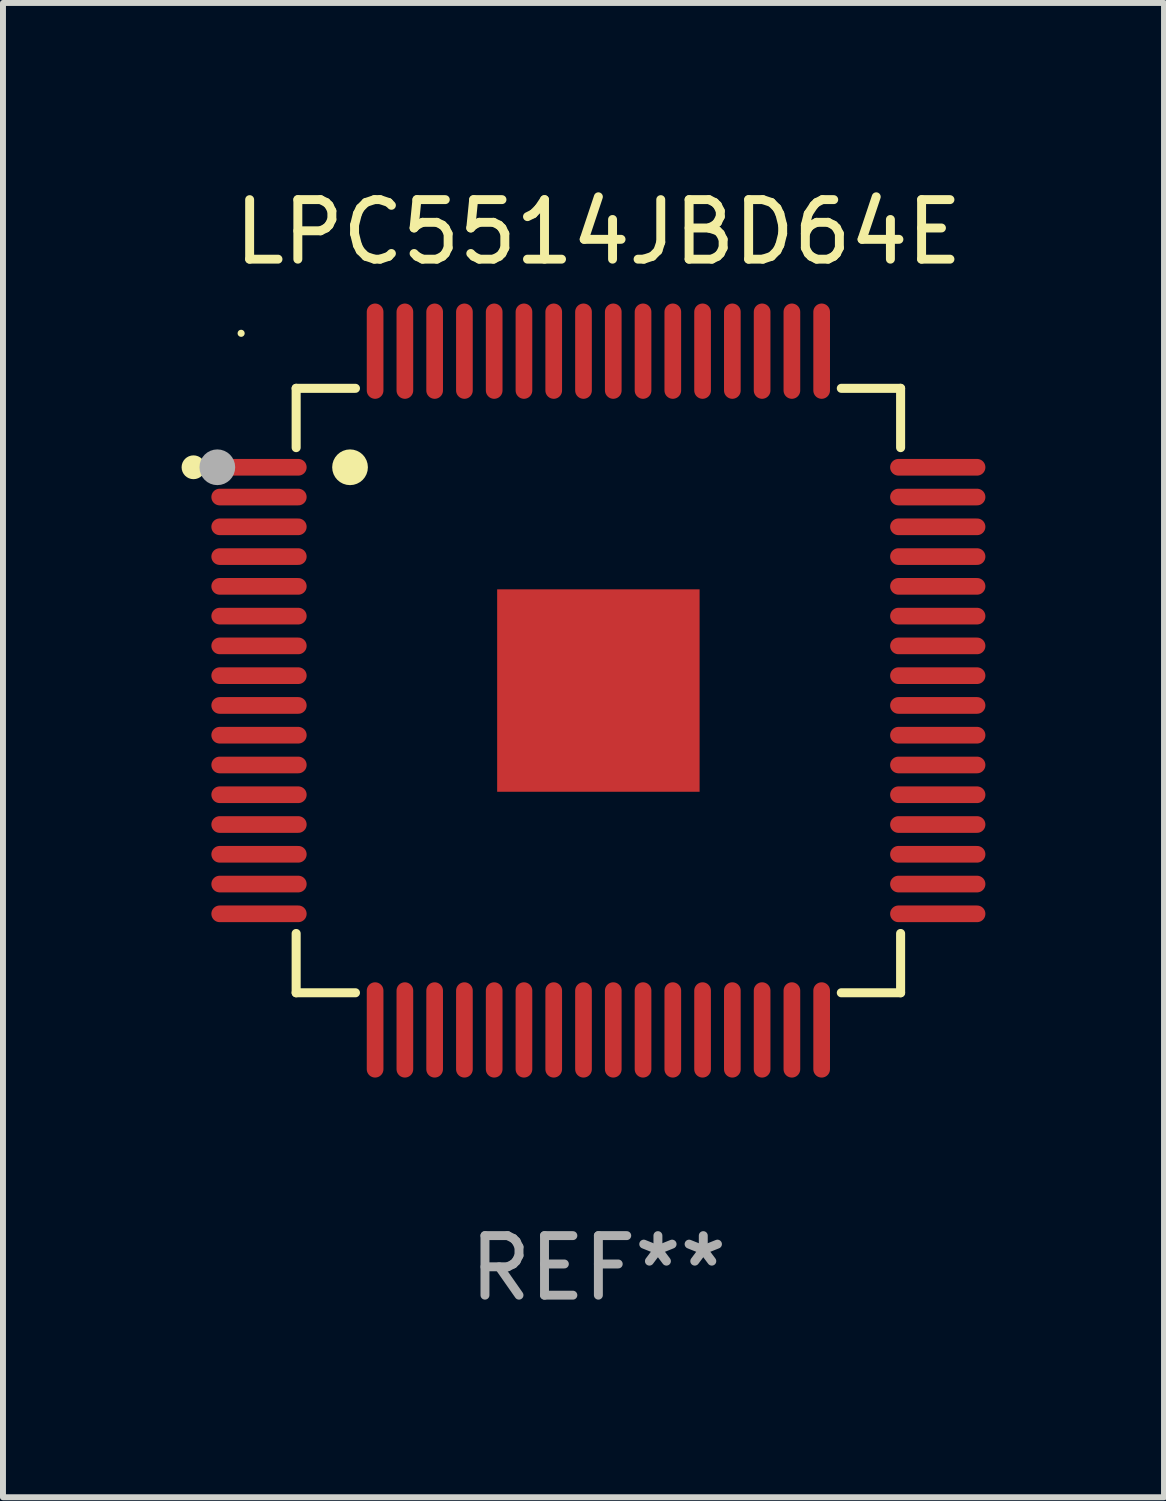
<source format=kicad_pcb>
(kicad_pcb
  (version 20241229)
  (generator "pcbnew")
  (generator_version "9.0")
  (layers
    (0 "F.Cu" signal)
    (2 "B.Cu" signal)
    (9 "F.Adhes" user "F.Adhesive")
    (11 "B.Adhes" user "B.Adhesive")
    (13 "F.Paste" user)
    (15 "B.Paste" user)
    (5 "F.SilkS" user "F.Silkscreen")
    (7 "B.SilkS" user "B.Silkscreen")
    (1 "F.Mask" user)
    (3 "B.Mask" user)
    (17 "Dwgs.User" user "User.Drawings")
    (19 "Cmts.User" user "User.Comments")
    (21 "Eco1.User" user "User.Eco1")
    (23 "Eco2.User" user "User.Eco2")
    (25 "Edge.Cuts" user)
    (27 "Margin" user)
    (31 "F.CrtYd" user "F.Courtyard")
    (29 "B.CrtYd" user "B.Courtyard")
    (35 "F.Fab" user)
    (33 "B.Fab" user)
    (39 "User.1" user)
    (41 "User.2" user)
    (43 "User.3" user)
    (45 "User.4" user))
  (footprint "LPC5514JBD64E"
    (layer "F.Cu")
    (at 7 8.548)
    (property "Reference" "LPC5514JBD64E" (at 0 -7.7 0) (layer "F.SilkS") (effects (font (size 1 1) (thickness 0.15))))
    (attr through_hole)
    (fp_line (start -5.076 -5.076) (end -5.076 -4.08) (stroke (width 0.152) (type solid)) (layer "F.SilkS"))
    (fp_line (start -5.076 5.076) (end -5.076 4.08) (stroke (width 0.152) (type solid)) (layer "F.SilkS"))
    (fp_line (start -4.08 -5.076) (end -5.076 -5.076) (stroke (width 0.152) (type solid)) (layer "F.SilkS"))
    (fp_line (start -4.08 5.076) (end -5.076 5.076) (stroke (width 0.152) (type solid)) (layer "F.SilkS"))
    (fp_line (start 4.08 -5.076) (end 5.076 -5.076) (stroke (width 0.152) (type solid)) (layer "F.SilkS"))
    (fp_line (start 4.08 5.076) (end 5.076 5.076) (stroke (width 0.152) (type solid)) (layer "F.SilkS"))
    (fp_line (start 5.076 -5.076) (end 5.076 -4.08) (stroke (width 0.152) (type solid)) (layer "F.SilkS"))
    (fp_line (start 5.076 5.076) (end 5.076 4.08) (stroke (width 0.152) (type solid)) (layer "F.SilkS"))
    (fp_circle (center -6.8 -3.75) (end -6.7 -3.75) (stroke (width 0.2) (type solid)) (fill no) (layer "F.SilkS"))
    (fp_circle (center -6 -6) (end -5.97 -6) (stroke (width 0.06) (type solid)) (fill no) (layer "F.SilkS"))
    (fp_circle (center -4.171 -3.75) (end -4.021 -3.75) (stroke (width 0.3) (type solid)) (fill no) (layer "F.SilkS"))
    (fp_circle (center -6.4 -3.75) (end -6.25 -3.75) (stroke (width 0.3) (type solid)) (fill no) (layer "F.Fab"))
    (fp_text user "REF**" (at 0 9.7 0) (layer "F.Fab") (effects (font (size 1 1) (thickness 0.15))))
    (pad "1" smd oval (at -5.7 -3.75 270) (size 0.28 1.6) (layers "F.Cu" "F.Mask" "F.Paste"))
    (pad "2" smd oval (at -5.7 -3.25 270) (size 0.28 1.6) (layers "F.Cu" "F.Mask" "F.Paste"))
    (pad "3" smd oval (at -5.7 -2.75 270) (size 0.28 1.6) (layers "F.Cu" "F.Mask" "F.Paste"))
    (pad "4" smd oval (at -5.7 -2.25 270) (size 0.28 1.6) (layers "F.Cu" "F.Mask" "F.Paste"))
    (pad "5" smd oval (at -5.7 -1.75 270) (size 0.28 1.6) (layers "F.Cu" "F.Mask" "F.Paste"))
    (pad "6" smd oval (at -5.7 -1.25 270) (size 0.28 1.6) (layers "F.Cu" "F.Mask" "F.Paste"))
    (pad "7" smd oval (at -5.7 -0.75 270) (size 0.28 1.6) (layers "F.Cu" "F.Mask" "F.Paste"))
    (pad "8" smd oval (at -5.7 -0.25 270) (size 0.28 1.6) (layers "F.Cu" "F.Mask" "F.Paste"))
    (pad "9" smd oval (at -5.7 0.25 270) (size 0.28 1.6) (layers "F.Cu" "F.Mask" "F.Paste"))
    (pad "10" smd oval (at -5.7 0.75 270) (size 0.28 1.6) (layers "F.Cu" "F.Mask" "F.Paste"))
    (pad "11" smd oval (at -5.7 1.25 270) (size 0.28 1.6) (layers "F.Cu" "F.Mask" "F.Paste"))
    (pad "12" smd oval (at -5.7 1.75 270) (size 0.28 1.6) (layers "F.Cu" "F.Mask" "F.Paste"))
    (pad "13" smd oval (at -5.7 2.25 270) (size 0.28 1.6) (layers "F.Cu" "F.Mask" "F.Paste"))
    (pad "14" smd oval (at -5.7 2.75 270) (size 0.28 1.6) (layers "F.Cu" "F.Mask" "F.Paste"))
    (pad "15" smd oval (at -5.7 3.25 270) (size 0.28 1.6) (layers "F.Cu" "F.Mask" "F.Paste"))
    (pad "16" smd oval (at -5.7 3.75 270) (size 0.28 1.6) (layers "F.Cu" "F.Mask" "F.Paste"))
    (pad "17" smd oval (at -3.75 5.7 270) (size 1.6 0.28) (layers "F.Cu" "F.Mask" "F.Paste"))
    (pad "18" smd oval (at -3.25 5.7 270) (size 1.6 0.28) (layers "F.Cu" "F.Mask" "F.Paste"))
    (pad "19" smd oval (at -2.75 5.7 270) (size 1.6 0.28) (layers "F.Cu" "F.Mask" "F.Paste"))
    (pad "20" smd oval (at -2.25 5.7 270) (size 1.6 0.28) (layers "F.Cu" "F.Mask" "F.Paste"))
    (pad "21" smd oval (at -1.75 5.7 270) (size 1.6 0.28) (layers "F.Cu" "F.Mask" "F.Paste"))
    (pad "22" smd oval (at -1.25 5.7 270) (size 1.6 0.28) (layers "F.Cu" "F.Mask" "F.Paste"))
    (pad "23" smd oval (at -0.75 5.7 270) (size 1.6 0.28) (layers "F.Cu" "F.Mask" "F.Paste"))
    (pad "24" smd oval (at -0.25 5.7 270) (size 1.6 0.28) (layers "F.Cu" "F.Mask" "F.Paste"))
    (pad "25" smd oval (at 0.25 5.7 270) (size 1.6 0.28) (layers "F.Cu" "F.Mask" "F.Paste"))
    (pad "26" smd oval (at 0.75 5.7 270) (size 1.6 0.28) (layers "F.Cu" "F.Mask" "F.Paste"))
    (pad "27" smd oval (at 1.25 5.7 270) (size 1.6 0.28) (layers "F.Cu" "F.Mask" "F.Paste"))
    (pad "28" smd oval (at 1.75 5.7 270) (size 1.6 0.28) (layers "F.Cu" "F.Mask" "F.Paste"))
    (pad "29" smd oval (at 2.25 5.7 270) (size 1.6 0.28) (layers "F.Cu" "F.Mask" "F.Paste"))
    (pad "30" smd oval (at 2.75 5.7 270) (size 1.6 0.28) (layers "F.Cu" "F.Mask" "F.Paste"))
    (pad "31" smd oval (at 3.25 5.7 270) (size 1.6 0.28) (layers "F.Cu" "F.Mask" "F.Paste"))
    (pad "32" smd oval (at 3.75 5.7 270) (size 1.6 0.28) (layers "F.Cu" "F.Mask" "F.Paste"))
    (pad "33" smd oval (at 5.7 3.75 270) (size 0.28 1.6) (layers "F.Cu" "F.Mask" "F.Paste"))
    (pad "34" smd oval (at 5.7 3.25 270) (size 0.28 1.6) (layers "F.Cu" "F.Mask" "F.Paste"))
    (pad "35" smd oval (at 5.7 2.75 270) (size 0.28 1.6) (layers "F.Cu" "F.Mask" "F.Paste"))
    (pad "36" smd oval (at 5.7 2.25 270) (size 0.28 1.6) (layers "F.Cu" "F.Mask" "F.Paste"))
    (pad "37" smd oval (at 5.7 1.75 270) (size 0.28 1.6) (layers "F.Cu" "F.Mask" "F.Paste"))
    (pad "38" smd oval (at 5.7 1.25 270) (size 0.28 1.6) (layers "F.Cu" "F.Mask" "F.Paste"))
    (pad "39" smd oval (at 5.7 0.75 270) (size 0.28 1.6) (layers "F.Cu" "F.Mask" "F.Paste"))
    (pad "40" smd oval (at 5.7 0.25 270) (size 0.28 1.6) (layers "F.Cu" "F.Mask" "F.Paste"))
    (pad "41" smd oval (at 5.7 -0.25 270) (size 0.28 1.6) (layers "F.Cu" "F.Mask" "F.Paste"))
    (pad "42" smd oval (at 5.7 -0.75 270) (size 0.28 1.6) (layers "F.Cu" "F.Mask" "F.Paste"))
    (pad "43" smd oval (at 5.7 -1.25 270) (size 0.28 1.6) (layers "F.Cu" "F.Mask" "F.Paste"))
    (pad "44" smd oval (at 5.7 -1.75 270) (size 0.28 1.6) (layers "F.Cu" "F.Mask" "F.Paste"))
    (pad "45" smd oval (at 5.7 -2.25 270) (size 0.28 1.6) (layers "F.Cu" "F.Mask" "F.Paste"))
    (pad "46" smd oval (at 5.7 -2.75 270) (size 0.28 1.6) (layers "F.Cu" "F.Mask" "F.Paste"))
    (pad "47" smd oval (at 5.7 -3.25 270) (size 0.28 1.6) (layers "F.Cu" "F.Mask" "F.Paste"))
    (pad "48" smd oval (at 5.7 -3.75 270) (size 0.28 1.6) (layers "F.Cu" "F.Mask" "F.Paste"))
    (pad "49" smd oval (at 3.75 -5.7 270) (size 1.6 0.28) (layers "F.Cu" "F.Mask" "F.Paste"))
    (pad "50" smd oval (at 3.25 -5.7 270) (size 1.6 0.28) (layers "F.Cu" "F.Mask" "F.Paste"))
    (pad "51" smd oval (at 2.75 -5.7 270) (size 1.6 0.28) (layers "F.Cu" "F.Mask" "F.Paste"))
    (pad "52" smd oval (at 2.25 -5.7 270) (size 1.6 0.28) (layers "F.Cu" "F.Mask" "F.Paste"))
    (pad "53" smd oval (at 1.75 -5.7 270) (size 1.6 0.28) (layers "F.Cu" "F.Mask" "F.Paste"))
    (pad "54" smd oval (at 1.25 -5.7 270) (size 1.6 0.28) (layers "F.Cu" "F.Mask" "F.Paste"))
    (pad "55" smd oval (at 0.75 -5.7 270) (size 1.6 0.28) (layers "F.Cu" "F.Mask" "F.Paste"))
    (pad "56" smd oval (at 0.25 -5.7 270) (size 1.6 0.28) (layers "F.Cu" "F.Mask" "F.Paste"))
    (pad "57" smd oval (at -0.25 -5.7 270) (size 1.6 0.28) (layers "F.Cu" "F.Mask" "F.Paste"))
    (pad "58" smd oval (at -0.75 -5.7 270) (size 1.6 0.28) (layers "F.Cu" "F.Mask" "F.Paste"))
    (pad "59" smd oval (at -1.25 -5.7 270) (size 1.6 0.28) (layers "F.Cu" "F.Mask" "F.Paste"))
    (pad "60" smd oval (at -1.75 -5.7 270) (size 1.6 0.28) (layers "F.Cu" "F.Mask" "F.Paste"))
    (pad "61" smd oval (at -2.25 -5.7 270) (size 1.6 0.28) (layers "F.Cu" "F.Mask" "F.Paste"))
    (pad "62" smd oval (at -2.75 -5.7 270) (size 1.6 0.28) (layers "F.Cu" "F.Mask" "F.Paste"))
    (pad "63" smd oval (at -3.25 -5.7 270) (size 1.6 0.28) (layers "F.Cu" "F.Mask" "F.Paste"))
    (pad "64" smd oval (at -3.75 -5.7 270) (size 1.6 0.28) (layers "F.Cu" "F.Mask" "F.Paste"))
    (pad "65" smd rect (at 0 0 270) (size 3.4 3.4) (layers "F.Cu" "F.Mask" "F.Paste")))
  (gr_rect
    (start -3 -3)
    (end 16.5 22.097)
    (stroke (width 0.1) (type default))
    (fill no)
    (layer "Edge.Cuts")))
</source>
